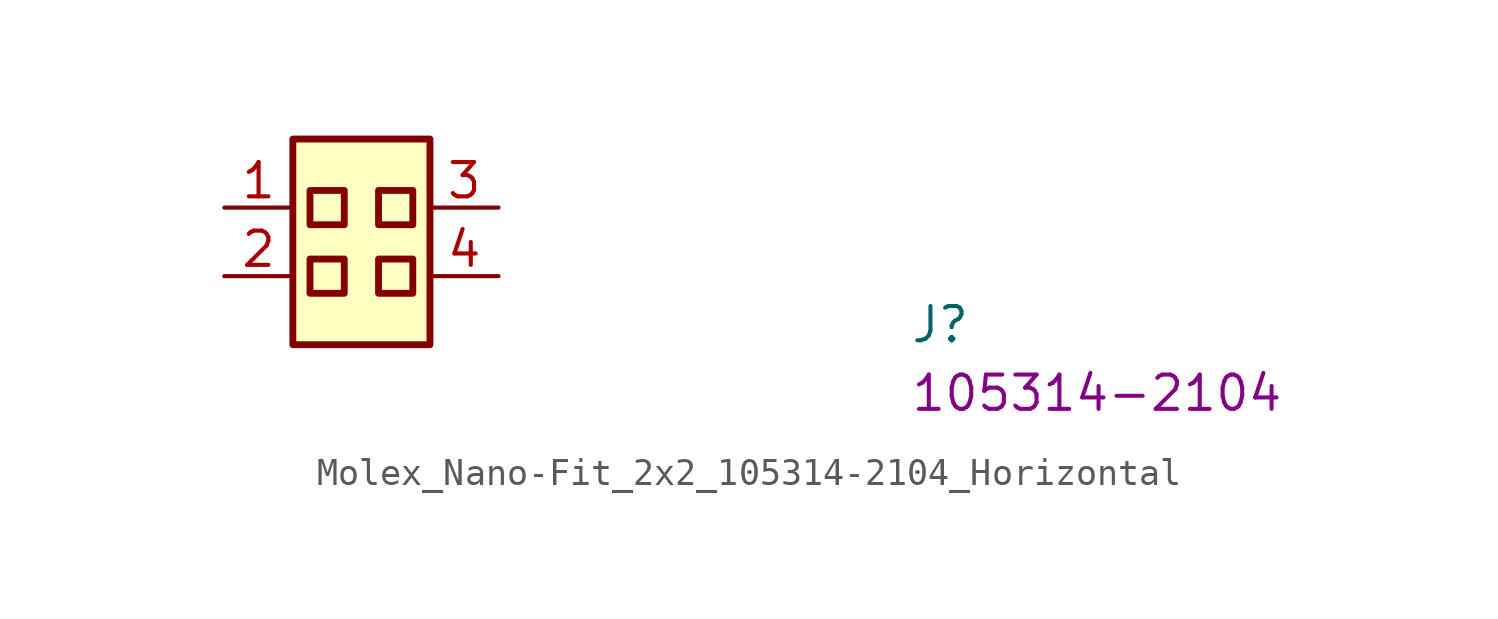
<source format=kicad_sym>
(kicad_symbol_lib
  (version 20220914)
  (generator kicad_symbol_editor)
  (symbol "Molex_Nano-Fit_2x2_105314-2104_Horizontal"
    (property "Reference" "J"
      (at 25.4 -5.08 0)
      (effects (font (size 1.27 1.27) (thickness 0.15)) (justify left bottom)))
    (property "MPN" "105314-2104"
      (at 25.4 -7.62 0)
      (effects (font (size 1.27 1.27) (thickness 0.15)) (justify left bottom)))
    (symbol "Molex_Nano-Fit_2x2_105314-2104_Horizontal_1_1"
      (rectangle (start 2.54 2.54) (end 7.62 -5.08) (stroke (width 0.254) (type default)) (fill (type background)))
      (rectangle (start 3.175 -1.905) (end 4.445 -3.175) (stroke (width 0.254) (type default)) (fill (type background)))
      (rectangle (start 3.175 0.635) (end 4.445 -0.635) (stroke (width 0.254) (type default)) (fill (type background)))
      (rectangle (start 5.715 -1.905) (end 6.985 -3.175) (stroke (width 0.254) (type default)) (fill (type background)))
      (rectangle (start 5.715 0.635) (end 6.985 -0.635) (stroke (width 0.254) (type default)) (fill (type background)))
      (pin passive line (at 0 0 0) (length 2.54) (name "~" (effects (font (size 1.27 1.27)))) (number "1" (effects (font (size 1.27 1.27)))))
      (pin passive line (at 0 -2.54 0) (length 2.54) (name "~" (effects (font (size 1.27 1.27)))) (number "2" (effects (font (size 1.27 1.27)))))
      (pin passive line (at 10.16 0 180) (length 2.54) (name "~" (effects (font (size 1.27 1.27)))) (number "3" (effects (font (size 1.27 1.27)))))
      (pin passive line (at 10.16 -2.54 180) (length 2.54) (name "~" (effects (font (size 1.27 1.27)))) (number "4" (effects (font (size 1.27 1.27))))))))
</source>
